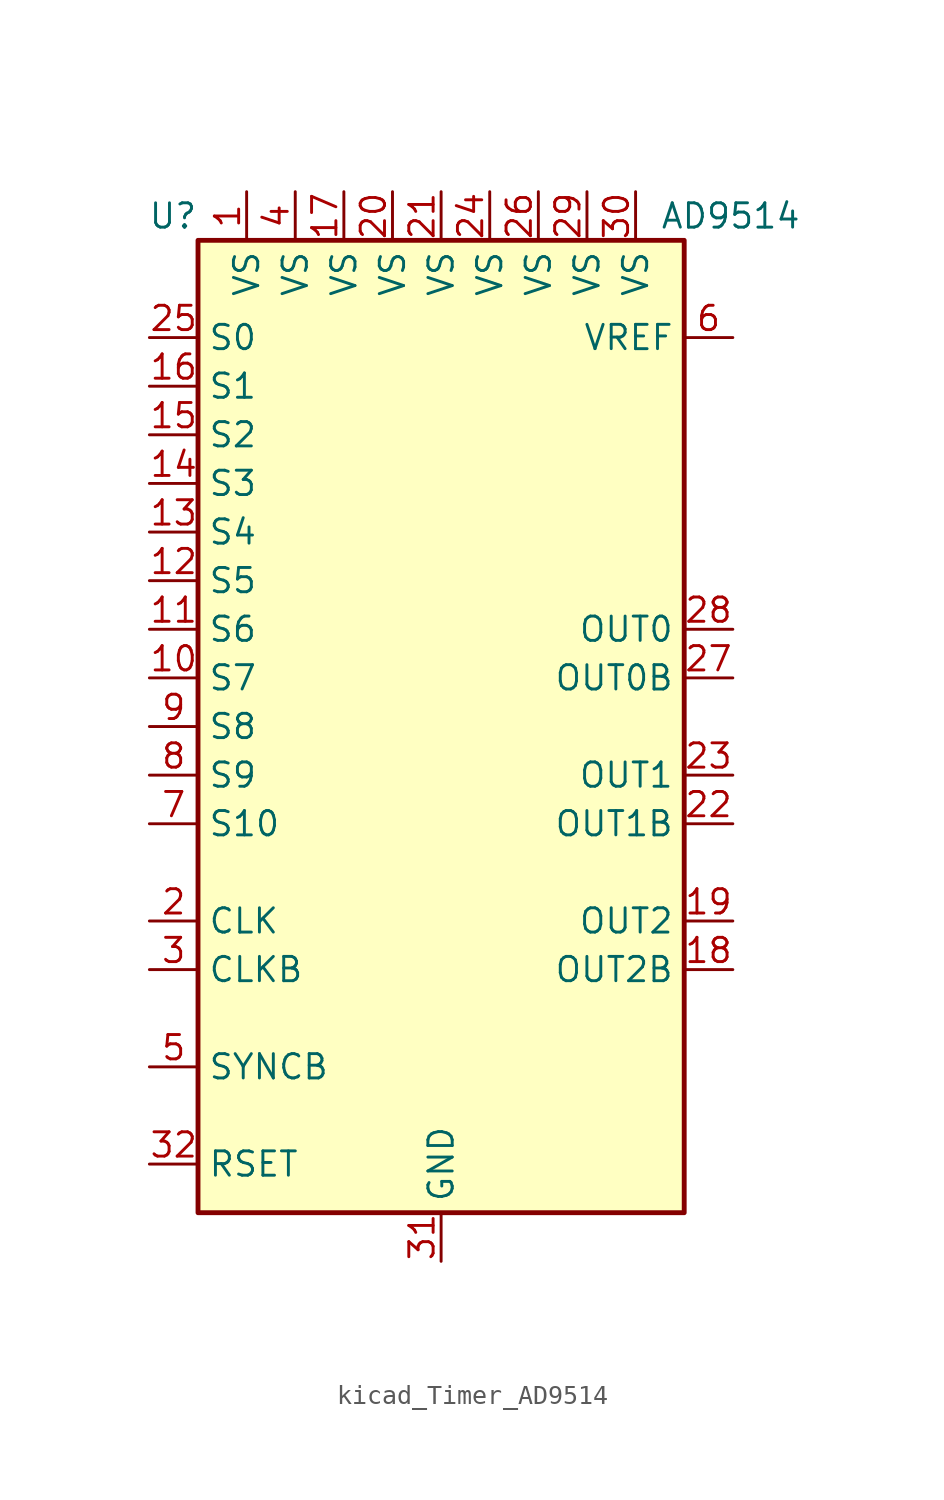
<source format=kicad_sym>
(kicad_symbol_lib
  (version 20220914)
  (generator kicad_symbol_editor)
  (symbol "kicad_Timer_AD9514"
    (property "Reference" "U"
      (at -12.7 26.67 0)
      (effects (font (size 1.27 1.27)) (justify right)))
    (property "Value" "AD9514"
      (at 11.43 26.67 0)
      (effects (font (size 1.27 1.27)) (justify left)))
    (symbol "kicad_Timer_AD9514_1_1"
      (rectangle (start -12.7 25.4) (end 12.7 -25.4) (stroke (width 0.254) (type default)) (fill (type background)))
      (pin power_in line (at -10.16 27.94 270) (length 2.54) (name "VS" (effects (font (size 1.27 1.27)))) (number "1" (effects (font (size 1.27 1.27)))))
      (pin input line (at -15.24 2.54 0) (length 2.54) (name "S7" (effects (font (size 1.27 1.27)))) (number "10" (effects (font (size 1.27 1.27)))))
      (pin input line (at -15.24 5.08 0) (length 2.54) (name "S6" (effects (font (size 1.27 1.27)))) (number "11" (effects (font (size 1.27 1.27)))))
      (pin input line (at -15.24 7.62 0) (length 2.54) (name "S5" (effects (font (size 1.27 1.27)))) (number "12" (effects (font (size 1.27 1.27)))))
      (pin input line (at -15.24 10.16 0) (length 2.54) (name "S4" (effects (font (size 1.27 1.27)))) (number "13" (effects (font (size 1.27 1.27)))))
      (pin input line (at -15.24 12.7 0) (length 2.54) (name "S3" (effects (font (size 1.27 1.27)))) (number "14" (effects (font (size 1.27 1.27)))))
      (pin input line (at -15.24 15.24 0) (length 2.54) (name "S2" (effects (font (size 1.27 1.27)))) (number "15" (effects (font (size 1.27 1.27)))))
      (pin input line (at -15.24 17.78 0) (length 2.54) (name "S1" (effects (font (size 1.27 1.27)))) (number "16" (effects (font (size 1.27 1.27)))))
      (pin power_in line (at -5.08 27.94 270) (length 2.54) (name "VS" (effects (font (size 1.27 1.27)))) (number "17" (effects (font (size 1.27 1.27)))))
      (pin output line (at 15.24 -12.7 180) (length 2.54) (name "OUT2B" (effects (font (size 1.27 1.27)))) (number "18" (effects (font (size 1.27 1.27)))))
      (pin output line (at 15.24 -10.16 180) (length 2.54) (name "OUT2" (effects (font (size 1.27 1.27)))) (number "19" (effects (font (size 1.27 1.27)))))
      (pin input line (at -15.24 -10.16 0) (length 2.54) (name "CLK" (effects (font (size 1.27 1.27)))) (number "2" (effects (font (size 1.27 1.27)))))
      (pin power_in line (at -2.54 27.94 270) (length 2.54) (name "VS" (effects (font (size 1.27 1.27)))) (number "20" (effects (font (size 1.27 1.27)))))
      (pin power_in line (at 0 27.94 270) (length 2.54) (name "VS" (effects (font (size 1.27 1.27)))) (number "21" (effects (font (size 1.27 1.27)))))
      (pin open_emitter line (at 15.24 -5.08 180) (length 2.54) (name "OUT1B" (effects (font (size 1.27 1.27)))) (number "22" (effects (font (size 1.27 1.27)))))
      (pin open_emitter line (at 15.24 -2.54 180) (length 2.54) (name "OUT1" (effects (font (size 1.27 1.27)))) (number "23" (effects (font (size 1.27 1.27)))))
      (pin power_in line (at 2.54 27.94 270) (length 2.54) (name "VS" (effects (font (size 1.27 1.27)))) (number "24" (effects (font (size 1.27 1.27)))))
      (pin input line (at -15.24 20.32 0) (length 2.54) (name "S0" (effects (font (size 1.27 1.27)))) (number "25" (effects (font (size 1.27 1.27)))))
      (pin power_in line (at 5.08 27.94 270) (length 2.54) (name "VS" (effects (font (size 1.27 1.27)))) (number "26" (effects (font (size 1.27 1.27)))))
      (pin open_emitter line (at 15.24 2.54 180) (length 2.54) (name "OUT0B" (effects (font (size 1.27 1.27)))) (number "27" (effects (font (size 1.27 1.27)))))
      (pin open_emitter line (at 15.24 5.08 180) (length 2.54) (name "OUT0" (effects (font (size 1.27 1.27)))) (number "28" (effects (font (size 1.27 1.27)))))
      (pin power_in line (at 7.62 27.94 270) (length 2.54) (name "VS" (effects (font (size 1.27 1.27)))) (number "29" (effects (font (size 1.27 1.27)))))
      (pin input line (at -15.24 -12.7 0) (length 2.54) (name "CLKB" (effects (font (size 1.27 1.27)))) (number "3" (effects (font (size 1.27 1.27)))))
      (pin power_in line (at 10.16 27.94 270) (length 2.54) (name "VS" (effects (font (size 1.27 1.27)))) (number "30" (effects (font (size 1.27 1.27)))))
      (pin power_in line (at 0 -27.94 90) (length 2.54) (name "GND" (effects (font (size 1.27 1.27)))) (number "31" (effects (font (size 1.27 1.27)))))
      (pin passive line (at -15.24 -22.86 0) (length 2.54) (name "RSET" (effects (font (size 1.27 1.27)))) (number "32" (effects (font (size 1.27 1.27)))))
      (pin passive line (at 0 -27.94 90) (length 2.54) hide (name "GND" (effects (font (size 1.27 1.27)))) (number "33" (effects (font (size 1.27 1.27)))))
      (pin power_in line (at -7.62 27.94 270) (length 2.54) (name "VS" (effects (font (size 1.27 1.27)))) (number "4" (effects (font (size 1.27 1.27)))))
      (pin input line (at -15.24 -17.78 0) (length 2.54) (name "SYNCB" (effects (font (size 1.27 1.27)))) (number "5" (effects (font (size 1.27 1.27)))))
      (pin power_out line (at 15.24 20.32 180) (length 2.54) (name "VREF" (effects (font (size 1.27 1.27)))) (number "6" (effects (font (size 1.27 1.27)))))
      (pin input line (at -15.24 -5.08 0) (length 2.54) (name "S10" (effects (font (size 1.27 1.27)))) (number "7" (effects (font (size 1.27 1.27)))))
      (pin input line (at -15.24 -2.54 0) (length 2.54) (name "S9" (effects (font (size 1.27 1.27)))) (number "8" (effects (font (size 1.27 1.27)))))
      (pin input line (at -15.24 0 0) (length 2.54) (name "S8" (effects (font (size 1.27 1.27)))) (number "9" (effects (font (size 1.27 1.27))))))))
</source>
